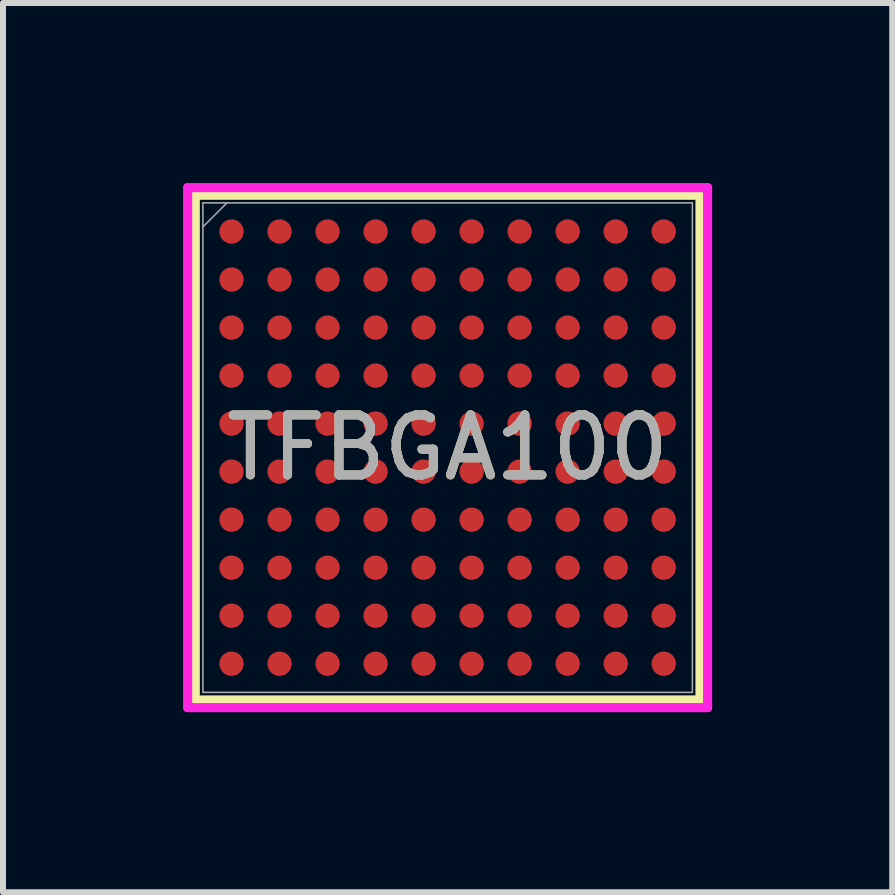
<source format=kicad_pcb>
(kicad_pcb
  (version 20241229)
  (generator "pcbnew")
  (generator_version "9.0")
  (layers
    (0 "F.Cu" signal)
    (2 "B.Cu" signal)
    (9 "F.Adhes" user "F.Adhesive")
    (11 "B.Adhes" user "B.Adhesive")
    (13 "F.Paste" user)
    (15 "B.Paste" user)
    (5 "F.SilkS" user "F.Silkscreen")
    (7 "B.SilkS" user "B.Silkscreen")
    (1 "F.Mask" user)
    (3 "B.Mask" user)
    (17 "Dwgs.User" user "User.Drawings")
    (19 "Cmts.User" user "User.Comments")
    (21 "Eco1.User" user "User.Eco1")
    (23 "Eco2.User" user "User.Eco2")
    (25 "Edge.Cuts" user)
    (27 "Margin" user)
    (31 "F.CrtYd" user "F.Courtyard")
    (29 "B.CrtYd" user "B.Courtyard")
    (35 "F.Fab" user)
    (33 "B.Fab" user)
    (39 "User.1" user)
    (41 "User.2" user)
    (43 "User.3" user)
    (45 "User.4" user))
  (footprint "TFBGA100"
    (layer "F.Cu")
    (at 4.407 4.407)
    (property "Reference" "TFBGA100" (at 0 0 0) (unlocked yes) (layer "F.SilkS") (effects (font (size 1 1) (thickness 0.15))))
    (attr smd)
    (fp_line (start -4.204 -4.204) (end -4.204 4.204) (stroke (width 0.152) (type solid)) (layer "F.SilkS"))
    (fp_line (start -4.204 4.204) (end 4.204 4.204) (stroke (width 0.152) (type solid)) (layer "F.SilkS"))
    (fp_line (start 4.204 -4.204) (end -4.204 -4.204) (stroke (width 0.152) (type solid)) (layer "F.SilkS"))
    (fp_line (start 4.204 4.204) (end 4.204 -4.204) (stroke (width 0.152) (type solid)) (layer "F.SilkS"))
    (fp_line (start -4.331 -4.331) (end 4.331 -4.331) (stroke (width 0.152) (type solid)) (layer "F.CrtYd"))
    (fp_line (start -4.331 4.331) (end -4.331 -4.331) (stroke (width 0.152) (type solid)) (layer "F.CrtYd"))
    (fp_line (start 4.331 -4.331) (end 4.331 4.331) (stroke (width 0.152) (type solid)) (layer "F.CrtYd"))
    (fp_line (start 4.331 4.331) (end -4.331 4.331) (stroke (width 0.152) (type solid)) (layer "F.CrtYd"))
    (fp_line (start -4.077 -4.077) (end -4.077 4.077) (stroke (width 0.025) (type solid)) (layer "F.Fab"))
    (fp_line (start -4.077 4.077) (end 4.077 4.077) (stroke (width 0.025) (type solid)) (layer "F.Fab"))
    (fp_line (start -3.677 -4.077) (end -4.077 -3.677) (stroke (width 0.025) (type solid)) (layer "F.Fab"))
    (fp_line (start 4.077 -4.077) (end -4.077 -4.077) (stroke (width 0.025) (type solid)) (layer "F.Fab"))
    (fp_line (start 4.077 4.077) (end 4.077 -4.077) (stroke (width 0.025) (type solid)) (layer "F.Fab"))
    (fp_text user "${REFERENCE}" (at 0 0 0) (unlocked yes) (layer "F.Fab") (effects (font (size 1 1) (thickness 0.15))))
    (pad "A1" smd circle (at -3.6 -3.6) (size 0.406 0.406) (layers "F.Cu" "F.Mask" "F.Paste"))
    (pad "A2" smd circle (at -2.8 -3.6) (size 0.406 0.406) (layers "F.Cu" "F.Mask" "F.Paste"))
    (pad "A3" smd circle (at -2 -3.6) (size 0.406 0.406) (layers "F.Cu" "F.Mask" "F.Paste"))
    (pad "A4" smd circle (at -1.2 -3.6) (size 0.406 0.406) (layers "F.Cu" "F.Mask" "F.Paste"))
    (pad "A5" smd circle (at -0.4 -3.6) (size 0.406 0.406) (layers "F.Cu" "F.Mask" "F.Paste"))
    (pad "A6" smd circle (at 0.4 -3.6) (size 0.406 0.406) (layers "F.Cu" "F.Mask" "F.Paste"))
    (pad "A7" smd circle (at 1.2 -3.6) (size 0.406 0.406) (layers "F.Cu" "F.Mask" "F.Paste"))
    (pad "A8" smd circle (at 2 -3.6) (size 0.406 0.406) (layers "F.Cu" "F.Mask" "F.Paste"))
    (pad "A9" smd circle (at 2.8 -3.6) (size 0.406 0.406) (layers "F.Cu" "F.Mask" "F.Paste"))
    (pad "A10" smd circle (at 3.6 -3.6) (size 0.406 0.406) (layers "F.Cu" "F.Mask" "F.Paste"))
    (pad "B1" smd circle (at -3.6 -2.8) (size 0.406 0.406) (layers "F.Cu" "F.Mask" "F.Paste"))
    (pad "B2" smd circle (at -2.8 -2.8) (size 0.406 0.406) (layers "F.Cu" "F.Mask" "F.Paste"))
    (pad "B3" smd circle (at -2 -2.8) (size 0.406 0.406) (layers "F.Cu" "F.Mask" "F.Paste"))
    (pad "B4" smd circle (at -1.2 -2.8) (size 0.406 0.406) (layers "F.Cu" "F.Mask" "F.Paste"))
    (pad "B5" smd circle (at -0.4 -2.8) (size 0.406 0.406) (layers "F.Cu" "F.Mask" "F.Paste"))
    (pad "B6" smd circle (at 0.4 -2.8) (size 0.406 0.406) (layers "F.Cu" "F.Mask" "F.Paste"))
    (pad "B7" smd circle (at 1.2 -2.8) (size 0.406 0.406) (layers "F.Cu" "F.Mask" "F.Paste"))
    (pad "B8" smd circle (at 2 -2.8) (size 0.406 0.406) (layers "F.Cu" "F.Mask" "F.Paste"))
    (pad "B9" smd circle (at 2.8 -2.8) (size 0.406 0.406) (layers "F.Cu" "F.Mask" "F.Paste"))
    (pad "B10" smd circle (at 3.6 -2.8) (size 0.406 0.406) (layers "F.Cu" "F.Mask" "F.Paste"))
    (pad "C1" smd circle (at -3.6 -2) (size 0.406 0.406) (layers "F.Cu" "F.Mask" "F.Paste"))
    (pad "C2" smd circle (at -2.8 -2) (size 0.406 0.406) (layers "F.Cu" "F.Mask" "F.Paste"))
    (pad "C3" smd circle (at -2 -2) (size 0.406 0.406) (layers "F.Cu" "F.Mask" "F.Paste"))
    (pad "C4" smd circle (at -1.2 -2) (size 0.406 0.406) (layers "F.Cu" "F.Mask" "F.Paste"))
    (pad "C5" smd circle (at -0.4 -2) (size 0.406 0.406) (layers "F.Cu" "F.Mask" "F.Paste"))
    (pad "C6" smd circle (at 0.4 -2) (size 0.406 0.406) (layers "F.Cu" "F.Mask" "F.Paste"))
    (pad "C7" smd circle (at 1.2 -2) (size 0.406 0.406) (layers "F.Cu" "F.Mask" "F.Paste"))
    (pad "C8" smd circle (at 2 -2) (size 0.406 0.406) (layers "F.Cu" "F.Mask" "F.Paste"))
    (pad "C9" smd circle (at 2.8 -2) (size 0.406 0.406) (layers "F.Cu" "F.Mask" "F.Paste"))
    (pad "C10" smd circle (at 3.6 -2) (size 0.406 0.406) (layers "F.Cu" "F.Mask" "F.Paste"))
    (pad "D1" smd circle (at -3.6 -1.2) (size 0.406 0.406) (layers "F.Cu" "F.Mask" "F.Paste"))
    (pad "D2" smd circle (at -2.8 -1.2) (size 0.406 0.406) (layers "F.Cu" "F.Mask" "F.Paste"))
    (pad "D3" smd circle (at -2 -1.2) (size 0.406 0.406) (layers "F.Cu" "F.Mask" "F.Paste"))
    (pad "D4" smd circle (at -1.2 -1.2) (size 0.406 0.406) (layers "F.Cu" "F.Mask" "F.Paste"))
    (pad "D5" smd circle (at -0.4 -1.2) (size 0.406 0.406) (layers "F.Cu" "F.Mask" "F.Paste"))
    (pad "D6" smd circle (at 0.4 -1.2) (size 0.406 0.406) (layers "F.Cu" "F.Mask" "F.Paste"))
    (pad "D7" smd circle (at 1.2 -1.2) (size 0.406 0.406) (layers "F.Cu" "F.Mask" "F.Paste"))
    (pad "D8" smd circle (at 2 -1.2) (size 0.406 0.406) (layers "F.Cu" "F.Mask" "F.Paste"))
    (pad "D9" smd circle (at 2.8 -1.2) (size 0.406 0.406) (layers "F.Cu" "F.Mask" "F.Paste"))
    (pad "D10" smd circle (at 3.6 -1.2) (size 0.406 0.406) (layers "F.Cu" "F.Mask" "F.Paste"))
    (pad "E1" smd circle (at -3.6 -0.4) (size 0.406 0.406) (layers "F.Cu" "F.Mask" "F.Paste"))
    (pad "E2" smd circle (at -2.8 -0.4) (size 0.406 0.406) (layers "F.Cu" "F.Mask" "F.Paste"))
    (pad "E3" smd circle (at -2 -0.4) (size 0.406 0.406) (layers "F.Cu" "F.Mask" "F.Paste"))
    (pad "E4" smd circle (at -1.2 -0.4) (size 0.406 0.406) (layers "F.Cu" "F.Mask" "F.Paste"))
    (pad "E5" smd circle (at -0.4 -0.4) (size 0.406 0.406) (layers "F.Cu" "F.Mask" "F.Paste"))
    (pad "E6" smd circle (at 0.4 -0.4) (size 0.406 0.406) (layers "F.Cu" "F.Mask" "F.Paste"))
    (pad "E7" smd circle (at 1.2 -0.4) (size 0.406 0.406) (layers "F.Cu" "F.Mask" "F.Paste"))
    (pad "E8" smd circle (at 2 -0.4) (size 0.406 0.406) (layers "F.Cu" "F.Mask" "F.Paste"))
    (pad "E9" smd circle (at 2.8 -0.4) (size 0.406 0.406) (layers "F.Cu" "F.Mask" "F.Paste"))
    (pad "E10" smd circle (at 3.6 -0.4) (size 0.406 0.406) (layers "F.Cu" "F.Mask" "F.Paste"))
    (pad "F1" smd circle (at -3.6 0.4) (size 0.406 0.406) (layers "F.Cu" "F.Mask" "F.Paste"))
    (pad "F2" smd circle (at -2.8 0.4) (size 0.406 0.406) (layers "F.Cu" "F.Mask" "F.Paste"))
    (pad "F3" smd circle (at -2 0.4) (size 0.406 0.406) (layers "F.Cu" "F.Mask" "F.Paste"))
    (pad "F4" smd circle (at -1.2 0.4) (size 0.406 0.406) (layers "F.Cu" "F.Mask" "F.Paste"))
    (pad "F5" smd circle (at -0.4 0.4) (size 0.406 0.406) (layers "F.Cu" "F.Mask" "F.Paste"))
    (pad "F6" smd circle (at 0.4 0.4) (size 0.406 0.406) (layers "F.Cu" "F.Mask" "F.Paste"))
    (pad "F7" smd circle (at 1.2 0.4) (size 0.406 0.406) (layers "F.Cu" "F.Mask" "F.Paste"))
    (pad "F8" smd circle (at 2 0.4) (size 0.406 0.406) (layers "F.Cu" "F.Mask" "F.Paste"))
    (pad "F9" smd circle (at 2.8 0.4) (size 0.406 0.406) (layers "F.Cu" "F.Mask" "F.Paste"))
    (pad "F10" smd circle (at 3.6 0.4) (size 0.406 0.406) (layers "F.Cu" "F.Mask" "F.Paste"))
    (pad "G1" smd circle (at -3.6 1.2) (size 0.406 0.406) (layers "F.Cu" "F.Mask" "F.Paste"))
    (pad "G2" smd circle (at -2.8 1.2) (size 0.406 0.406) (layers "F.Cu" "F.Mask" "F.Paste"))
    (pad "G3" smd circle (at -2 1.2) (size 0.406 0.406) (layers "F.Cu" "F.Mask" "F.Paste"))
    (pad "G4" smd circle (at -1.2 1.2) (size 0.406 0.406) (layers "F.Cu" "F.Mask" "F.Paste"))
    (pad "G5" smd circle (at -0.4 1.2) (size 0.406 0.406) (layers "F.Cu" "F.Mask" "F.Paste"))
    (pad "G6" smd circle (at 0.4 1.2) (size 0.406 0.406) (layers "F.Cu" "F.Mask" "F.Paste"))
    (pad "G7" smd circle (at 1.2 1.2) (size 0.406 0.406) (layers "F.Cu" "F.Mask" "F.Paste"))
    (pad "G8" smd circle (at 2 1.2) (size 0.406 0.406) (layers "F.Cu" "F.Mask" "F.Paste"))
    (pad "G9" smd circle (at 2.8 1.2) (size 0.406 0.406) (layers "F.Cu" "F.Mask" "F.Paste"))
    (pad "G10" smd circle (at 3.6 1.2) (size 0.406 0.406) (layers "F.Cu" "F.Mask" "F.Paste"))
    (pad "H1" smd circle (at -3.6 2) (size 0.406 0.406) (layers "F.Cu" "F.Mask" "F.Paste"))
    (pad "H2" smd circle (at -2.8 2) (size 0.406 0.406) (layers "F.Cu" "F.Mask" "F.Paste"))
    (pad "H3" smd circle (at -2 2) (size 0.406 0.406) (layers "F.Cu" "F.Mask" "F.Paste"))
    (pad "H4" smd circle (at -1.2 2) (size 0.406 0.406) (layers "F.Cu" "F.Mask" "F.Paste"))
    (pad "H5" smd circle (at -0.4 2) (size 0.406 0.406) (layers "F.Cu" "F.Mask" "F.Paste"))
    (pad "H6" smd circle (at 0.4 2) (size 0.406 0.406) (layers "F.Cu" "F.Mask" "F.Paste"))
    (pad "H7" smd circle (at 1.2 2) (size 0.406 0.406) (layers "F.Cu" "F.Mask" "F.Paste"))
    (pad "H8" smd circle (at 2 2) (size 0.406 0.406) (layers "F.Cu" "F.Mask" "F.Paste"))
    (pad "H9" smd circle (at 2.8 2) (size 0.406 0.406) (layers "F.Cu" "F.Mask" "F.Paste"))
    (pad "H10" smd circle (at 3.6 2) (size 0.406 0.406) (layers "F.Cu" "F.Mask" "F.Paste"))
    (pad "J1" smd circle (at -3.6 2.8) (size 0.406 0.406) (layers "F.Cu" "F.Mask" "F.Paste"))
    (pad "J2" smd circle (at -2.8 2.8) (size 0.406 0.406) (layers "F.Cu" "F.Mask" "F.Paste"))
    (pad "J3" smd circle (at -2 2.8) (size 0.406 0.406) (layers "F.Cu" "F.Mask" "F.Paste"))
    (pad "J4" smd circle (at -1.2 2.8) (size 0.406 0.406) (layers "F.Cu" "F.Mask" "F.Paste"))
    (pad "J5" smd circle (at -0.4 2.8) (size 0.406 0.406) (layers "F.Cu" "F.Mask" "F.Paste"))
    (pad "J6" smd circle (at 0.4 2.8) (size 0.406 0.406) (layers "F.Cu" "F.Mask" "F.Paste"))
    (pad "J7" smd circle (at 1.2 2.8) (size 0.406 0.406) (layers "F.Cu" "F.Mask" "F.Paste"))
    (pad "J8" smd circle (at 2 2.8) (size 0.406 0.406) (layers "F.Cu" "F.Mask" "F.Paste"))
    (pad "J9" smd circle (at 2.8 2.8) (size 0.406 0.406) (layers "F.Cu" "F.Mask" "F.Paste"))
    (pad "J10" smd circle (at 3.6 2.8) (size 0.406 0.406) (layers "F.Cu" "F.Mask" "F.Paste"))
    (pad "K1" smd circle (at -3.6 3.6) (size 0.406 0.406) (layers "F.Cu" "F.Mask" "F.Paste"))
    (pad "K2" smd circle (at -2.8 3.6) (size 0.406 0.406) (layers "F.Cu" "F.Mask" "F.Paste"))
    (pad "K3" smd circle (at -2 3.6) (size 0.406 0.406) (layers "F.Cu" "F.Mask" "F.Paste"))
    (pad "K4" smd circle (at -1.2 3.6) (size 0.406 0.406) (layers "F.Cu" "F.Mask" "F.Paste"))
    (pad "K5" smd circle (at -0.4 3.6) (size 0.406 0.406) (layers "F.Cu" "F.Mask" "F.Paste"))
    (pad "K6" smd circle (at 0.4 3.6) (size 0.406 0.406) (layers "F.Cu" "F.Mask" "F.Paste"))
    (pad "K7" smd circle (at 1.2 3.6) (size 0.406 0.406) (layers "F.Cu" "F.Mask" "F.Paste"))
    (pad "K8" smd circle (at 2 3.6) (size 0.406 0.406) (layers "F.Cu" "F.Mask" "F.Paste"))
    (pad "K9" smd circle (at 2.8 3.6) (size 0.406 0.406) (layers "F.Cu" "F.Mask" "F.Paste"))
    (pad "K10" smd circle (at 3.6 3.6) (size 0.406 0.406) (layers "F.Cu" "F.Mask" "F.Paste")))
  (gr_rect
    (start -3 -3)
    (end 11.814 11.814)
    (stroke (width 0.1) (type default))
    (fill no)
    (layer "Edge.Cuts")))
</source>
